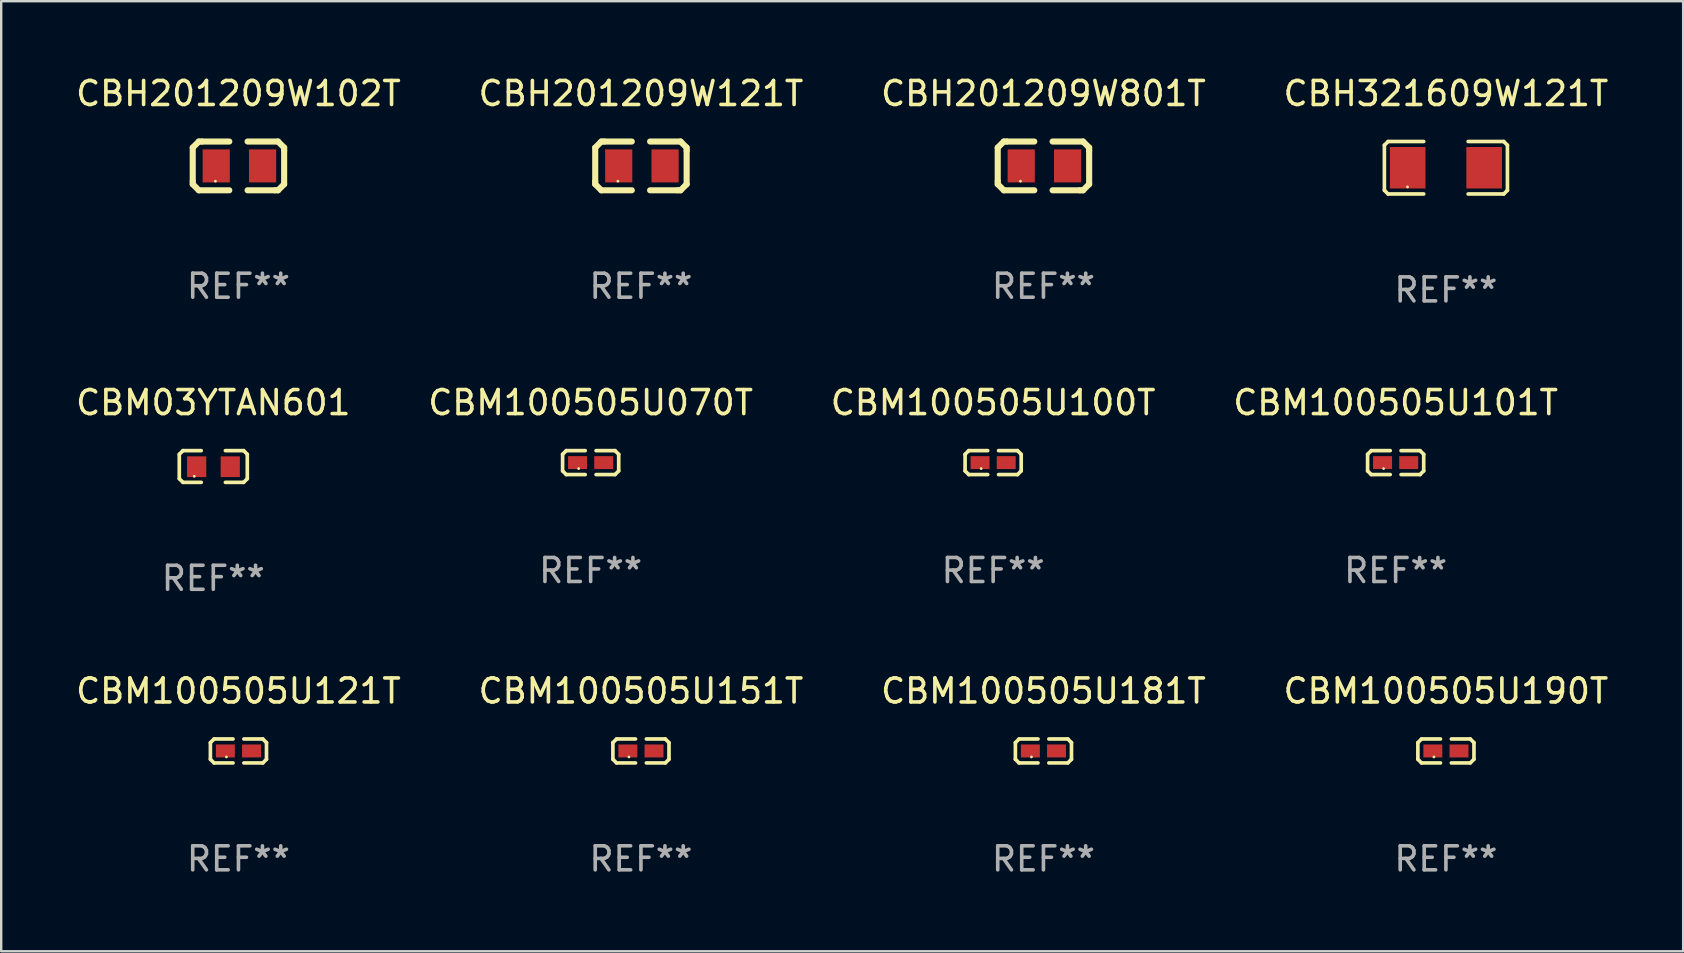
<source format=kicad_pcb>
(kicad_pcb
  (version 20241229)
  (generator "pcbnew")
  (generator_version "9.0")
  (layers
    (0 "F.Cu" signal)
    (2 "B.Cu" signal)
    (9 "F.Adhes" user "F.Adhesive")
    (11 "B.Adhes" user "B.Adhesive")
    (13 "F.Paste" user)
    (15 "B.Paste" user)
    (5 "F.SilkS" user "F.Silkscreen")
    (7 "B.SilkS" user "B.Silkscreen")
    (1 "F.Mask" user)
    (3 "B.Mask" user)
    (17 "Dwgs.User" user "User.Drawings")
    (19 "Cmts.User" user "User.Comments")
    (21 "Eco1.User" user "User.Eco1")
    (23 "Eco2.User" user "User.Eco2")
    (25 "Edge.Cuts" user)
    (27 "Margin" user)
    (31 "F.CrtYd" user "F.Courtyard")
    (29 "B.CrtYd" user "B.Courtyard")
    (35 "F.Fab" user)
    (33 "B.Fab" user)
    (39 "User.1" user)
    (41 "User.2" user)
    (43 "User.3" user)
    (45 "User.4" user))
  (footprint "CBM03YTAN601"
    (layer "F.Cu")
    (at 5.839 16.391)
    (property "Reference" "CBM03YTAN601" (at 0 -2.661 0) (layer "F.SilkS") (effects (font (size 1 1) (thickness 0.15))))
    (attr through_hole)
    (fp_line (start -1.417 -0.508) (end -1.265 -0.661) (stroke (width 0.152) (type solid)) (layer "F.SilkS"))
    (fp_line (start -1.417 0.508) (end -1.417 -0.508) (stroke (width 0.152) (type solid)) (layer "F.SilkS"))
    (fp_line (start -1.265 -0.661) (end -0.503 -0.661) (stroke (width 0.152) (type solid)) (layer "F.SilkS"))
    (fp_line (start -1.265 0.661) (end -1.417 0.508) (stroke (width 0.152) (type solid)) (layer "F.SilkS"))
    (fp_line (start -1.265 0.661) (end -0.503 0.661) (stroke (width 0.152) (type solid)) (layer "F.SilkS"))
    (fp_line (start 1.265 -0.661) (end 0.503 -0.661) (stroke (width 0.152) (type solid)) (layer "F.SilkS"))
    (fp_line (start 1.265 -0.661) (end 1.417 -0.508) (stroke (width 0.152) (type solid)) (layer "F.SilkS"))
    (fp_line (start 1.265 0.661) (end 0.503 0.661) (stroke (width 0.152) (type solid)) (layer "F.SilkS"))
    (fp_line (start 1.417 -0.508) (end 1.417 0.508) (stroke (width 0.152) (type solid)) (layer "F.SilkS"))
    (fp_line (start 1.417 0.508) (end 1.265 0.661) (stroke (width 0.152) (type solid)) (layer "F.SilkS"))
    (fp_circle (center -0.793 0.409) (end -0.763 0.409) (stroke (width 0.06) (type solid)) (fill no) (layer "F.SilkS"))
    (fp_text user "REF**" (at 0 4.661 0) (layer "F.Fab") (effects (font (size 1 1) (thickness 0.15))))
    (pad "1" smd rect (at -0.693 0.009 180) (size 0.8 0.864) (layers "F.Cu" "F.Mask" "F.Paste"))
    (pad "2" smd rect (at 0.707 0.009 180) (size 0.8 0.864) (layers "F.Cu" "F.Mask" "F.Paste")))
  (footprint "CBH201209W801T"
    (layer "F.Cu")
    (at 40.435 3.864)
    (property "Reference" "CBH201209W801T" (at 0 -3.016 0) (layer "F.SilkS") (effects (font (size 1 1) (thickness 0.15))))
    (attr through_hole)
    (fp_line (start -1.905 -0.762) (end -1.905 0.635) (stroke (width 0.254) (type solid)) (layer "F.SilkS"))
    (fp_line (start -1.905 0.635) (end -1.905 0.762) (stroke (width 0.254) (type solid)) (layer "F.SilkS"))
    (fp_line (start -1.905 0.762) (end -1.651 1.016) (stroke (width 0.254) (type solid)) (layer "F.SilkS"))
    (fp_line (start -1.651 -1.016) (end -1.905 -0.762) (stroke (width 0.254) (type solid)) (layer "F.SilkS"))
    (fp_line (start -1.651 1.016) (end -0.381 1.016) (stroke (width 0.254) (type solid)) (layer "F.SilkS"))
    (fp_line (start -1.524 -1.016) (end -1.651 -1.016) (stroke (width 0.254) (type solid)) (layer "F.SilkS"))
    (fp_line (start -0.381 -1.016) (end -1.524 -1.016) (stroke (width 0.254) (type solid)) (layer "F.SilkS"))
    (fp_line (start 0.381 1.016) (end 1.524 1.016) (stroke (width 0.254) (type solid)) (layer "F.SilkS"))
    (fp_line (start 1.524 1.016) (end 1.651 1.016) (stroke (width 0.254) (type solid)) (layer "F.SilkS"))
    (fp_line (start 1.651 -1.016) (end 0.381 -1.016) (stroke (width 0.254) (type solid)) (layer "F.SilkS"))
    (fp_line (start 1.651 1.016) (end 1.905 0.762) (stroke (width 0.254) (type solid)) (layer "F.SilkS"))
    (fp_line (start 1.905 -0.762) (end 1.651 -1.016) (stroke (width 0.254) (type solid)) (layer "F.SilkS"))
    (fp_line (start 1.905 -0.635) (end 1.905 -0.762) (stroke (width 0.254) (type solid)) (layer "F.SilkS"))
    (fp_line (start 1.905 0.762) (end 1.905 -0.635) (stroke (width 0.254) (type solid)) (layer "F.SilkS"))
    (fp_circle (center -0.96 0.637) (end -0.93 0.637) (stroke (width 0.06) (type solid)) (fill no) (layer "F.SilkS"))
    (fp_text user "REF**" (at 0 5.016 0) (layer "F.Fab") (effects (font (size 1 1) (thickness 0.15))))
    (pad "1" smd rect (at -0.926 -0.000051) (size 1.133 1.377) (layers "F.Cu" "F.Mask" "F.Paste"))
    (pad "2" smd rect (at 1.006 -0.000051) (size 1.133 1.377) (layers "F.Cu" "F.Mask" "F.Paste")))
  (footprint "CBM100505U121T"
    (layer "F.Cu")
    (at 6.887 28.246)
    (property "Reference" "CBM100505U121T" (at 0 -2.499 0) (layer "F.SilkS") (effects (font (size 1 1) (thickness 0.15))))
    (attr through_hole)
    (fp_line (start -1.169 -0.346) (end -1.016 -0.499) (stroke (width 0.152) (type solid)) (layer "F.SilkS"))
    (fp_line (start -1.169 0.346) (end -1.169 -0.346) (stroke (width 0.152) (type solid)) (layer "F.SilkS"))
    (fp_line (start -1.016 -0.499) (end -0.226 -0.499) (stroke (width 0.152) (type solid)) (layer "F.SilkS"))
    (fp_line (start -1.016 0.499) (end -1.169 0.346) (stroke (width 0.152) (type solid)) (layer "F.SilkS"))
    (fp_line (start -0.226 0.499) (end -1.016 0.499) (stroke (width 0.152) (type solid)) (layer "F.SilkS"))
    (fp_line (start 0.226 0.499) (end 1.016 0.499) (stroke (width 0.152) (type solid)) (layer "F.SilkS"))
    (fp_line (start 1.016 -0.499) (end 0.226 -0.499) (stroke (width 0.152) (type solid)) (layer "F.SilkS"))
    (fp_line (start 1.016 0.499) (end 1.169 0.346) (stroke (width 0.152) (type solid)) (layer "F.SilkS"))
    (fp_line (start 1.169 -0.346) (end 1.016 -0.499) (stroke (width 0.152) (type solid)) (layer "F.SilkS"))
    (fp_line (start 1.169 0.346) (end 1.169 -0.346) (stroke (width 0.152) (type solid)) (layer "F.SilkS"))
    (fp_circle (center -0.5 0.25) (end -0.47 0.25) (stroke (width 0.06) (type solid)) (fill no) (layer "F.SilkS"))
    (fp_text user "REF**" (at 0 4.499 0) (layer "F.Fab") (effects (font (size 1 1) (thickness 0.15))))
    (pad "1" smd rect (at -0.545 0) (size 0.79 0.54) (layers "F.Cu" "F.Mask" "F.Paste"))
    (pad "2" smd rect (at 0.545 0) (size 0.79 0.54) (layers "F.Cu" "F.Mask" "F.Paste")))
  (footprint "CBM100505U151T"
    (layer "F.Cu")
    (at 23.661 28.246)
    (property "Reference" "CBM100505U151T" (at 0 -2.499 0) (layer "F.SilkS") (effects (font (size 1 1) (thickness 0.15))))
    (attr through_hole)
    (fp_line (start -1.169 -0.346) (end -1.016 -0.499) (stroke (width 0.152) (type solid)) (layer "F.SilkS"))
    (fp_line (start -1.169 0.346) (end -1.169 -0.346) (stroke (width 0.152) (type solid)) (layer "F.SilkS"))
    (fp_line (start -1.016 -0.499) (end -0.226 -0.499) (stroke (width 0.152) (type solid)) (layer "F.SilkS"))
    (fp_line (start -1.016 0.499) (end -1.169 0.346) (stroke (width 0.152) (type solid)) (layer "F.SilkS"))
    (fp_line (start -0.226 0.499) (end -1.016 0.499) (stroke (width 0.152) (type solid)) (layer "F.SilkS"))
    (fp_line (start 0.226 0.499) (end 1.016 0.499) (stroke (width 0.152) (type solid)) (layer "F.SilkS"))
    (fp_line (start 1.016 -0.499) (end 0.226 -0.499) (stroke (width 0.152) (type solid)) (layer "F.SilkS"))
    (fp_line (start 1.016 0.499) (end 1.169 0.346) (stroke (width 0.152) (type solid)) (layer "F.SilkS"))
    (fp_line (start 1.169 -0.346) (end 1.016 -0.499) (stroke (width 0.152) (type solid)) (layer "F.SilkS"))
    (fp_line (start 1.169 0.346) (end 1.169 -0.346) (stroke (width 0.152) (type solid)) (layer "F.SilkS"))
    (fp_circle (center -0.5 0.25) (end -0.47 0.25) (stroke (width 0.06) (type solid)) (fill no) (layer "F.SilkS"))
    (fp_text user "REF**" (at 0 4.499 0) (layer "F.Fab") (effects (font (size 1 1) (thickness 0.15))))
    (pad "1" smd rect (at -0.545 0) (size 0.79 0.54) (layers "F.Cu" "F.Mask" "F.Paste"))
    (pad "2" smd rect (at 0.545 0) (size 0.79 0.54) (layers "F.Cu" "F.Mask" "F.Paste")))
  (footprint "CBM100505U190T"
    (layer "F.Cu")
    (at 57.208 28.246)
    (property "Reference" "CBM100505U190T" (at 0 -2.499 0) (layer "F.SilkS") (effects (font (size 1 1) (thickness 0.15))))
    (attr through_hole)
    (fp_line (start -1.169 -0.346) (end -1.016 -0.499) (stroke (width 0.152) (type solid)) (layer "F.SilkS"))
    (fp_line (start -1.169 0.346) (end -1.169 -0.346) (stroke (width 0.152) (type solid)) (layer "F.SilkS"))
    (fp_line (start -1.016 -0.499) (end -0.226 -0.499) (stroke (width 0.152) (type solid)) (layer "F.SilkS"))
    (fp_line (start -1.016 0.499) (end -1.169 0.346) (stroke (width 0.152) (type solid)) (layer "F.SilkS"))
    (fp_line (start -0.226 0.499) (end -1.016 0.499) (stroke (width 0.152) (type solid)) (layer "F.SilkS"))
    (fp_line (start 0.226 0.499) (end 1.016 0.499) (stroke (width 0.152) (type solid)) (layer "F.SilkS"))
    (fp_line (start 1.016 -0.499) (end 0.226 -0.499) (stroke (width 0.152) (type solid)) (layer "F.SilkS"))
    (fp_line (start 1.016 0.499) (end 1.169 0.346) (stroke (width 0.152) (type solid)) (layer "F.SilkS"))
    (fp_line (start 1.169 -0.346) (end 1.016 -0.499) (stroke (width 0.152) (type solid)) (layer "F.SilkS"))
    (fp_line (start 1.169 0.346) (end 1.169 -0.346) (stroke (width 0.152) (type solid)) (layer "F.SilkS"))
    (fp_circle (center -0.5 0.25) (end -0.47 0.25) (stroke (width 0.06) (type solid)) (fill no) (layer "F.SilkS"))
    (fp_text user "REF**" (at 0 4.499 0) (layer "F.Fab") (effects (font (size 1 1) (thickness 0.15))))
    (pad "1" smd rect (at -0.545 0) (size 0.79 0.54) (layers "F.Cu" "F.Mask" "F.Paste"))
    (pad "2" smd rect (at 0.545 0) (size 0.79 0.54) (layers "F.Cu" "F.Mask" "F.Paste")))
  (footprint "CBM100505U101T"
    (layer "F.Cu")
    (at 55.113 16.229)
    (property "Reference" "CBM100505U101T" (at 0 -2.499 0) (layer "F.SilkS") (effects (font (size 1 1) (thickness 0.15))))
    (attr through_hole)
    (fp_line (start -1.169 -0.346) (end -1.016 -0.499) (stroke (width 0.152) (type solid)) (layer "F.SilkS"))
    (fp_line (start -1.169 0.346) (end -1.169 -0.346) (stroke (width 0.152) (type solid)) (layer "F.SilkS"))
    (fp_line (start -1.016 -0.499) (end -0.226 -0.499) (stroke (width 0.152) (type solid)) (layer "F.SilkS"))
    (fp_line (start -1.016 0.499) (end -1.169 0.346) (stroke (width 0.152) (type solid)) (layer "F.SilkS"))
    (fp_line (start -0.226 0.499) (end -1.016 0.499) (stroke (width 0.152) (type solid)) (layer "F.SilkS"))
    (fp_line (start 0.226 0.499) (end 1.016 0.499) (stroke (width 0.152) (type solid)) (layer "F.SilkS"))
    (fp_line (start 1.016 -0.499) (end 0.226 -0.499) (stroke (width 0.152) (type solid)) (layer "F.SilkS"))
    (fp_line (start 1.016 0.499) (end 1.169 0.346) (stroke (width 0.152) (type solid)) (layer "F.SilkS"))
    (fp_line (start 1.169 -0.346) (end 1.016 -0.499) (stroke (width 0.152) (type solid)) (layer "F.SilkS"))
    (fp_line (start 1.169 0.346) (end 1.169 -0.346) (stroke (width 0.152) (type solid)) (layer "F.SilkS"))
    (fp_circle (center -0.5 0.25) (end -0.47 0.25) (stroke (width 0.06) (type solid)) (fill no) (layer "F.SilkS"))
    (fp_text user "REF**" (at 0 4.499 0) (layer "F.Fab") (effects (font (size 1 1) (thickness 0.15))))
    (pad "1" smd rect (at -0.545 0) (size 0.79 0.54) (layers "F.Cu" "F.Mask" "F.Paste"))
    (pad "2" smd rect (at 0.545 0) (size 0.79 0.54) (layers "F.Cu" "F.Mask" "F.Paste")))
  (footprint "CBH201209W102T"
    (layer "F.Cu")
    (at 6.887 3.864)
    (property "Reference" "CBH201209W102T" (at 0 -3.016 0) (layer "F.SilkS") (effects (font (size 1 1) (thickness 0.15))))
    (attr through_hole)
    (fp_line (start -1.905 -0.762) (end -1.905 0.635) (stroke (width 0.254) (type solid)) (layer "F.SilkS"))
    (fp_line (start -1.905 0.635) (end -1.905 0.762) (stroke (width 0.254) (type solid)) (layer "F.SilkS"))
    (fp_line (start -1.905 0.762) (end -1.651 1.016) (stroke (width 0.254) (type solid)) (layer "F.SilkS"))
    (fp_line (start -1.651 -1.016) (end -1.905 -0.762) (stroke (width 0.254) (type solid)) (layer "F.SilkS"))
    (fp_line (start -1.651 1.016) (end -0.381 1.016) (stroke (width 0.254) (type solid)) (layer "F.SilkS"))
    (fp_line (start -1.524 -1.016) (end -1.651 -1.016) (stroke (width 0.254) (type solid)) (layer "F.SilkS"))
    (fp_line (start -0.381 -1.016) (end -1.524 -1.016) (stroke (width 0.254) (type solid)) (layer "F.SilkS"))
    (fp_line (start 0.381 1.016) (end 1.524 1.016) (stroke (width 0.254) (type solid)) (layer "F.SilkS"))
    (fp_line (start 1.524 1.016) (end 1.651 1.016) (stroke (width 0.254) (type solid)) (layer "F.SilkS"))
    (fp_line (start 1.651 -1.016) (end 0.381 -1.016) (stroke (width 0.254) (type solid)) (layer "F.SilkS"))
    (fp_line (start 1.651 1.016) (end 1.905 0.762) (stroke (width 0.254) (type solid)) (layer "F.SilkS"))
    (fp_line (start 1.905 -0.762) (end 1.651 -1.016) (stroke (width 0.254) (type solid)) (layer "F.SilkS"))
    (fp_line (start 1.905 -0.635) (end 1.905 -0.762) (stroke (width 0.254) (type solid)) (layer "F.SilkS"))
    (fp_line (start 1.905 0.762) (end 1.905 -0.635) (stroke (width 0.254) (type solid)) (layer "F.SilkS"))
    (fp_circle (center -0.96 0.637) (end -0.93 0.637) (stroke (width 0.06) (type solid)) (fill no) (layer "F.SilkS"))
    (fp_text user "REF**" (at 0 5.016 0) (layer "F.Fab") (effects (font (size 1 1) (thickness 0.15))))
    (pad "1" smd rect (at -0.926 -0.000051) (size 1.133 1.377) (layers "F.Cu" "F.Mask" "F.Paste"))
    (pad "2" smd rect (at 1.006 -0.000051) (size 1.133 1.377) (layers "F.Cu" "F.Mask" "F.Paste")))
  (footprint "CBM100505U181T"
    (layer "F.Cu")
    (at 40.435 28.246)
    (property "Reference" "CBM100505U181T" (at 0 -2.499 0) (layer "F.SilkS") (effects (font (size 1 1) (thickness 0.15))))
    (attr through_hole)
    (fp_line (start -1.169 -0.346) (end -1.016 -0.499) (stroke (width 0.152) (type solid)) (layer "F.SilkS"))
    (fp_line (start -1.169 0.346) (end -1.169 -0.346) (stroke (width 0.152) (type solid)) (layer "F.SilkS"))
    (fp_line (start -1.016 -0.499) (end -0.226 -0.499) (stroke (width 0.152) (type solid)) (layer "F.SilkS"))
    (fp_line (start -1.016 0.499) (end -1.169 0.346) (stroke (width 0.152) (type solid)) (layer "F.SilkS"))
    (fp_line (start -0.226 0.499) (end -1.016 0.499) (stroke (width 0.152) (type solid)) (layer "F.SilkS"))
    (fp_line (start 0.226 0.499) (end 1.016 0.499) (stroke (width 0.152) (type solid)) (layer "F.SilkS"))
    (fp_line (start 1.016 -0.499) (end 0.226 -0.499) (stroke (width 0.152) (type solid)) (layer "F.SilkS"))
    (fp_line (start 1.016 0.499) (end 1.169 0.346) (stroke (width 0.152) (type solid)) (layer "F.SilkS"))
    (fp_line (start 1.169 -0.346) (end 1.016 -0.499) (stroke (width 0.152) (type solid)) (layer "F.SilkS"))
    (fp_line (start 1.169 0.346) (end 1.169 -0.346) (stroke (width 0.152) (type solid)) (layer "F.SilkS"))
    (fp_circle (center -0.5 0.25) (end -0.47 0.25) (stroke (width 0.06) (type solid)) (fill no) (layer "F.SilkS"))
    (fp_text user "REF**" (at 0 4.499 0) (layer "F.Fab") (effects (font (size 1 1) (thickness 0.15))))
    (pad "1" smd rect (at -0.545 0) (size 0.79 0.54) (layers "F.Cu" "F.Mask" "F.Paste"))
    (pad "2" smd rect (at 0.545 0) (size 0.79 0.54) (layers "F.Cu" "F.Mask" "F.Paste")))
  (footprint "CBH201209W121T"
    (layer "F.Cu")
    (at 23.661 3.864)
    (property "Reference" "CBH201209W121T" (at 0 -3.016 0) (layer "F.SilkS") (effects (font (size 1 1) (thickness 0.15))))
    (attr through_hole)
    (fp_line (start -1.905 -0.762) (end -1.905 0.635) (stroke (width 0.254) (type solid)) (layer "F.SilkS"))
    (fp_line (start -1.905 0.635) (end -1.905 0.762) (stroke (width 0.254) (type solid)) (layer "F.SilkS"))
    (fp_line (start -1.905 0.762) (end -1.651 1.016) (stroke (width 0.254) (type solid)) (layer "F.SilkS"))
    (fp_line (start -1.651 -1.016) (end -1.905 -0.762) (stroke (width 0.254) (type solid)) (layer "F.SilkS"))
    (fp_line (start -1.651 1.016) (end -0.381 1.016) (stroke (width 0.254) (type solid)) (layer "F.SilkS"))
    (fp_line (start -1.524 -1.016) (end -1.651 -1.016) (stroke (width 0.254) (type solid)) (layer "F.SilkS"))
    (fp_line (start -0.381 -1.016) (end -1.524 -1.016) (stroke (width 0.254) (type solid)) (layer "F.SilkS"))
    (fp_line (start 0.381 1.016) (end 1.524 1.016) (stroke (width 0.254) (type solid)) (layer "F.SilkS"))
    (fp_line (start 1.524 1.016) (end 1.651 1.016) (stroke (width 0.254) (type solid)) (layer "F.SilkS"))
    (fp_line (start 1.651 -1.016) (end 0.381 -1.016) (stroke (width 0.254) (type solid)) (layer "F.SilkS"))
    (fp_line (start 1.651 1.016) (end 1.905 0.762) (stroke (width 0.254) (type solid)) (layer "F.SilkS"))
    (fp_line (start 1.905 -0.762) (end 1.651 -1.016) (stroke (width 0.254) (type solid)) (layer "F.SilkS"))
    (fp_line (start 1.905 -0.635) (end 1.905 -0.762) (stroke (width 0.254) (type solid)) (layer "F.SilkS"))
    (fp_line (start 1.905 0.762) (end 1.905 -0.635) (stroke (width 0.254) (type solid)) (layer "F.SilkS"))
    (fp_circle (center -0.96 0.637) (end -0.93 0.637) (stroke (width 0.06) (type solid)) (fill no) (layer "F.SilkS"))
    (fp_text user "REF**" (at 0 5.016 0) (layer "F.Fab") (effects (font (size 1 1) (thickness 0.15))))
    (pad "1" smd rect (at -0.926 -0.000051) (size 1.133 1.377) (layers "F.Cu" "F.Mask" "F.Paste"))
    (pad "2" smd rect (at 1.006 -0.000051) (size 1.133 1.377) (layers "F.Cu" "F.Mask" "F.Paste")))
  (footprint "CBM100505U100T"
    (layer "F.Cu")
    (at 38.339 16.229)
    (property "Reference" "CBM100505U100T" (at 0 -2.499 0) (layer "F.SilkS") (effects (font (size 1 1) (thickness 0.15))))
    (attr through_hole)
    (fp_line (start -1.169 -0.346) (end -1.016 -0.499) (stroke (width 0.152) (type solid)) (layer "F.SilkS"))
    (fp_line (start -1.169 0.346) (end -1.169 -0.346) (stroke (width 0.152) (type solid)) (layer "F.SilkS"))
    (fp_line (start -1.016 -0.499) (end -0.226 -0.499) (stroke (width 0.152) (type solid)) (layer "F.SilkS"))
    (fp_line (start -1.016 0.499) (end -1.169 0.346) (stroke (width 0.152) (type solid)) (layer "F.SilkS"))
    (fp_line (start -0.226 0.499) (end -1.016 0.499) (stroke (width 0.152) (type solid)) (layer "F.SilkS"))
    (fp_line (start 0.226 0.499) (end 1.016 0.499) (stroke (width 0.152) (type solid)) (layer "F.SilkS"))
    (fp_line (start 1.016 -0.499) (end 0.226 -0.499) (stroke (width 0.152) (type solid)) (layer "F.SilkS"))
    (fp_line (start 1.016 0.499) (end 1.169 0.346) (stroke (width 0.152) (type solid)) (layer "F.SilkS"))
    (fp_line (start 1.169 -0.346) (end 1.016 -0.499) (stroke (width 0.152) (type solid)) (layer "F.SilkS"))
    (fp_line (start 1.169 0.346) (end 1.169 -0.346) (stroke (width 0.152) (type solid)) (layer "F.SilkS"))
    (fp_circle (center -0.5 0.25) (end -0.47 0.25) (stroke (width 0.06) (type solid)) (fill no) (layer "F.SilkS"))
    (fp_text user "REF**" (at 0 4.499 0) (layer "F.Fab") (effects (font (size 1 1) (thickness 0.15))))
    (pad "1" smd rect (at -0.545 0) (size 0.79 0.54) (layers "F.Cu" "F.Mask" "F.Paste"))
    (pad "2" smd rect (at 0.545 0) (size 0.79 0.54) (layers "F.Cu" "F.Mask" "F.Paste")))
  (footprint "CBH321609W121T"
    (layer "F.Cu")
    (at 57.208 3.941)
    (property "Reference" "CBH321609W121T" (at 0 -3.093 0) (layer "F.SilkS") (effects (font (size 1 1) (thickness 0.15))))
    (attr through_hole)
    (fp_line (start -2.564 -0.94) (end -2.411 -1.093) (stroke (width 0.152) (type solid)) (layer "F.SilkS"))
    (fp_line (start -2.564 0.94) (end -2.564 -0.94) (stroke (width 0.152) (type solid)) (layer "F.SilkS"))
    (fp_line (start -2.411 -1.093) (end -0.926 -1.093) (stroke (width 0.152) (type solid)) (layer "F.SilkS"))
    (fp_line (start -2.411 1.093) (end -2.564 0.94) (stroke (width 0.152) (type solid)) (layer "F.SilkS"))
    (fp_line (start -0.926 1.093) (end -2.411 1.093) (stroke (width 0.152) (type solid)) (layer "F.SilkS"))
    (fp_line (start 0.926 1.093) (end 2.411 1.093) (stroke (width 0.152) (type solid)) (layer "F.SilkS"))
    (fp_line (start 2.411 -1.093) (end 0.926 -1.093) (stroke (width 0.152) (type solid)) (layer "F.SilkS"))
    (fp_line (start 2.411 1.093) (end 2.564 0.94) (stroke (width 0.152) (type solid)) (layer "F.SilkS"))
    (fp_line (start 2.564 -0.94) (end 2.411 -1.093) (stroke (width 0.152) (type solid)) (layer "F.SilkS"))
    (fp_line (start 2.564 0.94) (end 2.564 -0.94) (stroke (width 0.152) (type solid)) (layer "F.SilkS"))
    (fp_circle (center -1.6 0.8) (end -1.57 0.8) (stroke (width 0.06) (type solid)) (fill no) (layer "F.SilkS"))
    (fp_text user "REF**" (at 0 5.093 0) (layer "F.Fab") (effects (font (size 1 1) (thickness 0.15))))
    (pad "1" smd rect (at -1.593 0) (size 1.485 1.728) (layers "F.Cu" "F.Mask" "F.Paste"))
    (pad "2" smd rect (at 1.593 0) (size 1.485 1.728) (layers "F.Cu" "F.Mask" "F.Paste")))
  (footprint "CBM100505U070T"
    (layer "F.Cu")
    (at 21.565 16.229)
    (property "Reference" "CBM100505U070T" (at 0 -2.499 0) (layer "F.SilkS") (effects (font (size 1 1) (thickness 0.15))))
    (attr through_hole)
    (fp_line (start -1.169 -0.346) (end -1.016 -0.499) (stroke (width 0.152) (type solid)) (layer "F.SilkS"))
    (fp_line (start -1.169 0.346) (end -1.169 -0.346) (stroke (width 0.152) (type solid)) (layer "F.SilkS"))
    (fp_line (start -1.016 -0.499) (end -0.226 -0.499) (stroke (width 0.152) (type solid)) (layer "F.SilkS"))
    (fp_line (start -1.016 0.499) (end -1.169 0.346) (stroke (width 0.152) (type solid)) (layer "F.SilkS"))
    (fp_line (start -0.226 0.499) (end -1.016 0.499) (stroke (width 0.152) (type solid)) (layer "F.SilkS"))
    (fp_line (start 0.226 0.499) (end 1.016 0.499) (stroke (width 0.152) (type solid)) (layer "F.SilkS"))
    (fp_line (start 1.016 -0.499) (end 0.226 -0.499) (stroke (width 0.152) (type solid)) (layer "F.SilkS"))
    (fp_line (start 1.016 0.499) (end 1.169 0.346) (stroke (width 0.152) (type solid)) (layer "F.SilkS"))
    (fp_line (start 1.169 -0.346) (end 1.016 -0.499) (stroke (width 0.152) (type solid)) (layer "F.SilkS"))
    (fp_line (start 1.169 0.346) (end 1.169 -0.346) (stroke (width 0.152) (type solid)) (layer "F.SilkS"))
    (fp_circle (center -0.5 0.25) (end -0.47 0.25) (stroke (width 0.06) (type solid)) (fill no) (layer "F.SilkS"))
    (fp_text user "REF**" (at 0 4.499 0) (layer "F.Fab") (effects (font (size 1 1) (thickness 0.15))))
    (pad "1" smd rect (at -0.545 0) (size 0.79 0.54) (layers "F.Cu" "F.Mask" "F.Paste"))
    (pad "2" smd rect (at 0.545 0) (size 0.79 0.54) (layers "F.Cu" "F.Mask" "F.Paste")))
  (gr_rect
    (start -3 -3)
    (end 67.095 36.593)
    (stroke (width 0.1) (type default))
    (fill no)
    (layer "Edge.Cuts")))
</source>
